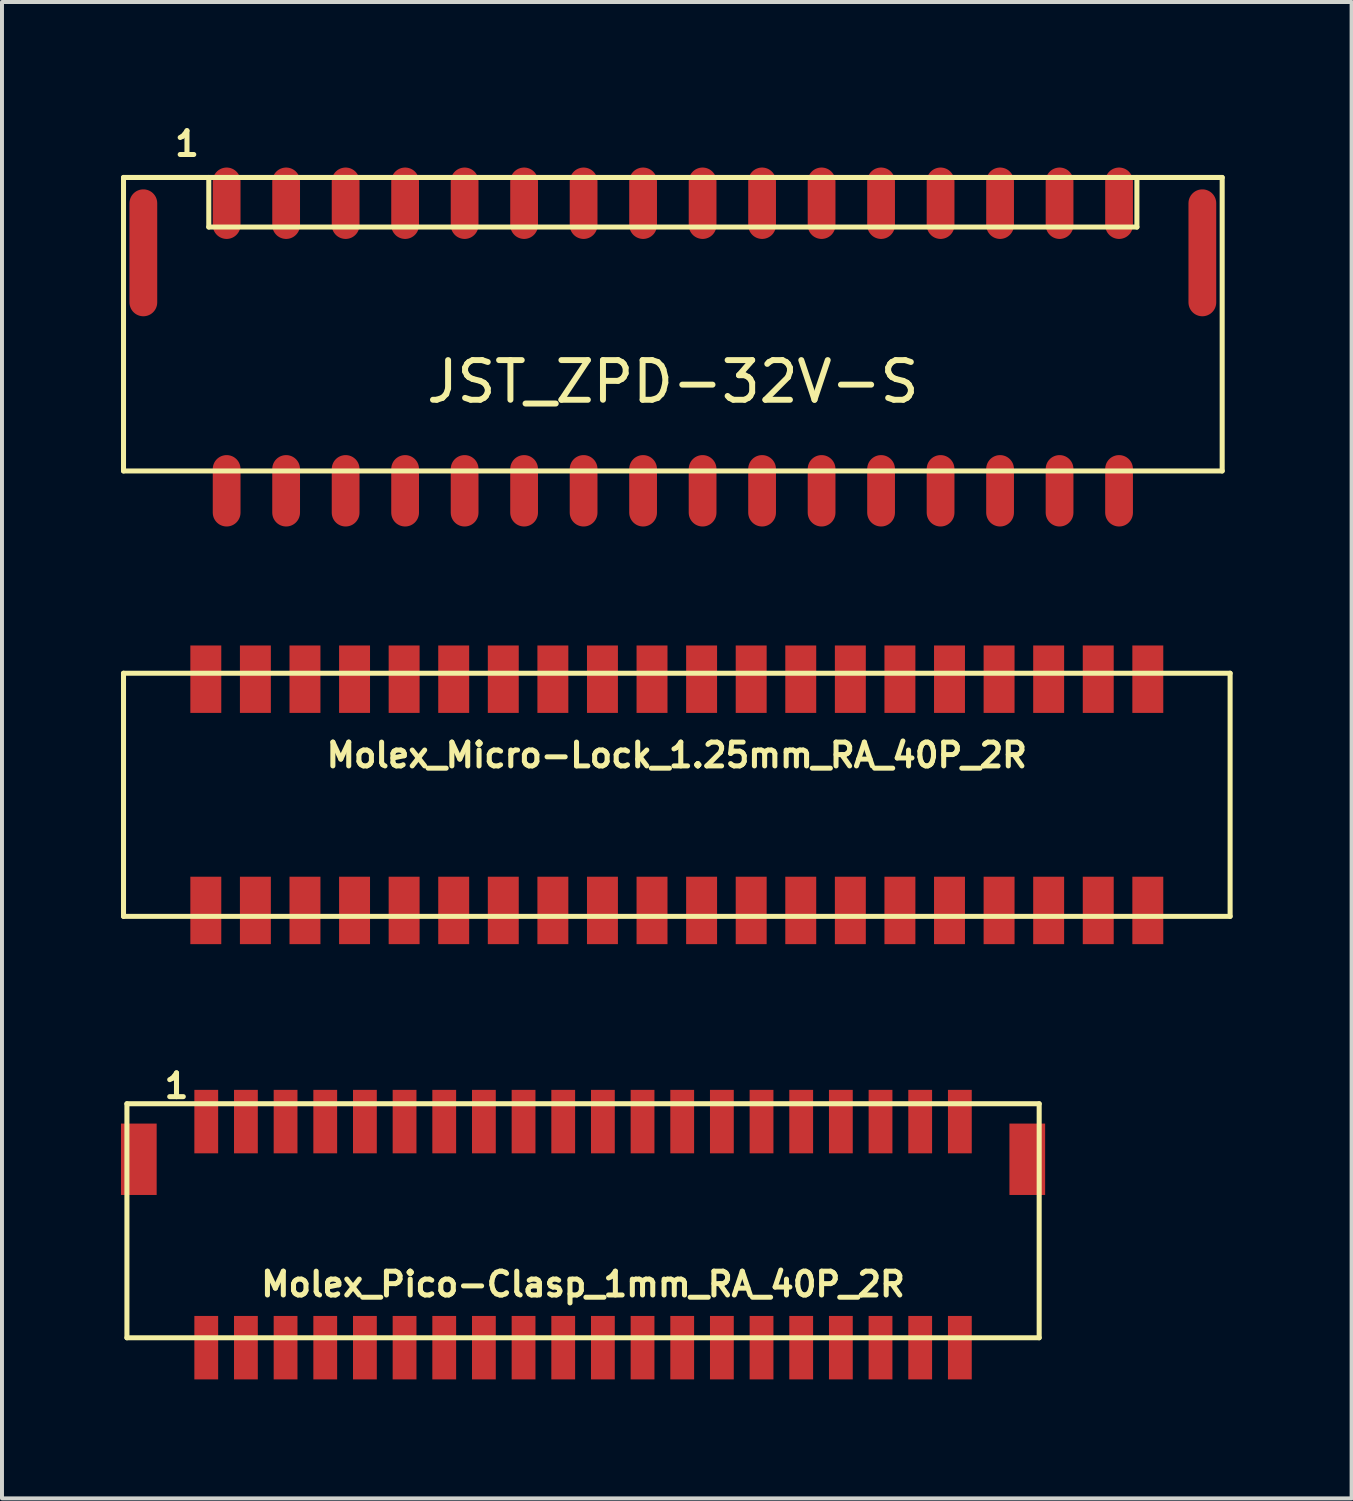
<source format=kicad_pcb>
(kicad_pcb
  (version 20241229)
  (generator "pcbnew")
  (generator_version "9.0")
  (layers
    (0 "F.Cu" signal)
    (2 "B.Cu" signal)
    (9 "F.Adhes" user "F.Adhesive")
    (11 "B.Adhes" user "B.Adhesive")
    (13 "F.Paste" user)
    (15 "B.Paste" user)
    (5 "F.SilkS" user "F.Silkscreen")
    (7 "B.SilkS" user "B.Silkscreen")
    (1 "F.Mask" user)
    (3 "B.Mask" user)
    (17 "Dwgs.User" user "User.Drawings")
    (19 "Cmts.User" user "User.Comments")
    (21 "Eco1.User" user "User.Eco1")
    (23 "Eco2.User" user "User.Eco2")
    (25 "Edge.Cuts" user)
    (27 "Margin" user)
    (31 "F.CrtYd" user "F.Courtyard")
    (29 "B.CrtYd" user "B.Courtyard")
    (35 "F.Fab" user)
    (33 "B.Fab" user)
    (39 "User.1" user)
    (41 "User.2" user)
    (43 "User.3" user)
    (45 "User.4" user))
  (footprint "JST_ZPD-32V-S"
    (layer "F.Cu")
    (at 13.914 5.324)
    (property "Reference" "JST_ZPD-32V-S" (at 0 1.25 0) (layer "F.SilkS") (effects (font (size 1 1) (thickness 0.15))))
    (attr smd)
    (fp_line (start -13.85 -3.9) (end -13.85 3.5) (stroke (width 0.127) (type solid)) (layer "F.SilkS"))
    (fp_line (start -13.85 -3.9) (end 13.85 -3.9) (stroke (width 0.127) (type solid)) (layer "F.SilkS"))
    (fp_line (start -13.85 3.5) (end 13.85 3.5) (stroke (width 0.127) (type solid)) (layer "F.SilkS"))
    (fp_line (start -11.7 -3.9) (end -11.7 -2.65) (stroke (width 0.127) (type solid)) (layer "F.SilkS"))
    (fp_line (start -11.7 -2.65) (end 11.7 -2.65) (stroke (width 0.127) (type solid)) (layer "F.SilkS"))
    (fp_line (start 11.7 -3.9) (end 11.7 -2.65) (stroke (width 0.127) (type solid)) (layer "F.SilkS"))
    (fp_line (start 13.85 -3.9) (end 13.85 3.5) (stroke (width 0.127) (type solid)) (layer "F.SilkS"))
    (fp_text user "1" (at -12.25 -4.75 0) (layer "F.SilkS") (effects (font (size 0.6 0.6) (thickness 0.127))))
    (pad "1" smd oval (at -11.25 -3.25) (size 0.7 1.8) (layers "F.Cu" "F.Mask" "F.Paste"))
    (pad "2" smd oval (at -11.25 4) (size 0.7 1.8) (layers "F.Cu" "F.Mask" "F.Paste"))
    (pad "3" smd oval (at -9.75 -3.25) (size 0.7 1.8) (layers "F.Cu" "F.Mask" "F.Paste"))
    (pad "4" smd oval (at -9.75 4) (size 0.7 1.8) (layers "F.Cu" "F.Mask" "F.Paste"))
    (pad "5" smd oval (at -8.25 -3.25) (size 0.7 1.8) (layers "F.Cu" "F.Mask" "F.Paste"))
    (pad "6" smd oval (at -8.25 4) (size 0.7 1.8) (layers "F.Cu" "F.Mask" "F.Paste"))
    (pad "7" smd oval (at -6.75 -3.25) (size 0.7 1.8) (layers "F.Cu" "F.Mask" "F.Paste"))
    (pad "8" smd oval (at -6.75 4) (size 0.7 1.8) (layers "F.Cu" "F.Mask" "F.Paste"))
    (pad "9" smd oval (at -5.25 -3.25) (size 0.7 1.8) (layers "F.Cu" "F.Mask" "F.Paste"))
    (pad "10" smd oval (at -5.25 4) (size 0.7 1.8) (layers "F.Cu" "F.Mask" "F.Paste"))
    (pad "11" smd oval (at -3.75 -3.25) (size 0.7 1.8) (layers "F.Cu" "F.Mask" "F.Paste"))
    (pad "12" smd oval (at -3.75 4) (size 0.7 1.8) (layers "F.Cu" "F.Mask" "F.Paste"))
    (pad "13" smd oval (at -2.25 -3.25) (size 0.7 1.8) (layers "F.Cu" "F.Mask" "F.Paste"))
    (pad "14" smd oval (at -2.25 4) (size 0.7 1.8) (layers "F.Cu" "F.Mask" "F.Paste"))
    (pad "15" smd oval (at -0.75 -3.25) (size 0.7 1.8) (layers "F.Cu" "F.Mask" "F.Paste"))
    (pad "16" smd oval (at -0.75 4) (size 0.7 1.8) (layers "F.Cu" "F.Mask" "F.Paste"))
    (pad "17" smd oval (at 0.75 -3.25) (size 0.7 1.8) (layers "F.Cu" "F.Mask" "F.Paste"))
    (pad "18" smd oval (at 0.75 4) (size 0.7 1.8) (layers "F.Cu" "F.Mask" "F.Paste"))
    (pad "19" smd oval (at 2.25 -3.25) (size 0.7 1.8) (layers "F.Cu" "F.Mask" "F.Paste"))
    (pad "20" smd oval (at 2.25 4) (size 0.7 1.8) (layers "F.Cu" "F.Mask" "F.Paste"))
    (pad "21" smd oval (at 3.75 -3.25) (size 0.7 1.8) (layers "F.Cu" "F.Mask" "F.Paste"))
    (pad "22" smd oval (at 3.75 4) (size 0.7 1.8) (layers "F.Cu" "F.Mask" "F.Paste"))
    (pad "23" smd oval (at 5.25 -3.25) (size 0.7 1.8) (layers "F.Cu" "F.Mask" "F.Paste"))
    (pad "24" smd oval (at 5.25 4) (size 0.7 1.8) (layers "F.Cu" "F.Mask" "F.Paste"))
    (pad "25" smd oval (at 6.75 -3.25) (size 0.7 1.8) (layers "F.Cu" "F.Mask" "F.Paste"))
    (pad "26" smd oval (at 6.75 4) (size 0.7 1.8) (layers "F.Cu" "F.Mask" "F.Paste"))
    (pad "27" smd oval (at 8.25 -3.25) (size 0.7 1.8) (layers "F.Cu" "F.Mask" "F.Paste"))
    (pad "28" smd oval (at 8.25 4) (size 0.7 1.8) (layers "F.Cu" "F.Mask" "F.Paste"))
    (pad "29" smd oval (at 9.75 -3.25) (size 0.7 1.8) (layers "F.Cu" "F.Mask" "F.Paste"))
    (pad "30" smd oval (at 9.75 4) (size 0.7 1.8) (layers "F.Cu" "F.Mask" "F.Paste"))
    (pad "31" smd oval (at 11.25 -3.25) (size 0.7 1.8) (layers "F.Cu" "F.Mask" "F.Paste"))
    (pad "32" smd oval (at 11.25 4) (size 0.7 1.8) (layers "F.Cu" "F.Mask" "F.Paste"))
    (pad "33" smd oval (at -13.35 -2) (size 0.7 3.2) (layers "F.Cu" "F.Mask" "F.Paste"))
    (pad "33" smd oval (at 13.35 -2) (size 0.7 3.2) (layers "F.Cu" "F.Mask" "F.Paste")))
  (footprint "Molex_Micro-Lock_1.25mm_RA_40P_2R"
    (layer "F.Cu")
    (at 14.014 16.989)
    (property "Reference" "Molex_Micro-Lock_1.25mm_RA_40P_2R" (at 0 -1 0) (layer "F.SilkS") (effects (font (size 0.6 0.6) (thickness 0.127))))
    (attr smd)
    (fp_line (start -13.95 -3.065) (end 13.95 -3.065) (stroke (width 0.127) (type solid)) (layer "F.SilkS"))
    (fp_line (start -13.95 3.065) (end -13.95 -3.065) (stroke (width 0.127) (type solid)) (layer "F.SilkS"))
    (fp_line (start -13.95 3.065) (end 13.95 3.065) (stroke (width 0.127) (type solid)) (layer "F.SilkS"))
    (fp_line (start 13.95 -3.065) (end 13.95 3.065) (stroke (width 0.127) (type solid)) (layer "F.SilkS"))
    (pad "1" smd rect (at -11.875 -2.915) (size 0.78 1.7) (layers "F.Cu" "F.Mask" "F.Paste"))
    (pad "2" smd rect (at -11.875 2.915) (size 0.78 1.7) (layers "F.Cu" "F.Mask" "F.Paste"))
    (pad "3" smd rect (at -10.625 -2.915) (size 0.78 1.7) (layers "F.Cu" "F.Mask" "F.Paste"))
    (pad "4" smd rect (at -10.625 2.915) (size 0.78 1.7) (layers "F.Cu" "F.Mask" "F.Paste"))
    (pad "5" smd rect (at -9.375 -2.915) (size 0.78 1.7) (layers "F.Cu" "F.Mask" "F.Paste"))
    (pad "6" smd rect (at -9.375 2.915) (size 0.78 1.7) (layers "F.Cu" "F.Mask" "F.Paste"))
    (pad "7" smd rect (at -8.125 -2.915) (size 0.78 1.7) (layers "F.Cu" "F.Mask" "F.Paste"))
    (pad "8" smd rect (at -8.125 2.915) (size 0.78 1.7) (layers "F.Cu" "F.Mask" "F.Paste"))
    (pad "9" smd rect (at -6.875 -2.915) (size 0.78 1.7) (layers "F.Cu" "F.Mask" "F.Paste"))
    (pad "10" smd rect (at -6.875 2.915) (size 0.78 1.7) (layers "F.Cu" "F.Mask" "F.Paste"))
    (pad "11" smd rect (at -5.625 -2.915) (size 0.78 1.7) (layers "F.Cu" "F.Mask" "F.Paste"))
    (pad "12" smd rect (at -5.625 2.915) (size 0.78 1.7) (layers "F.Cu" "F.Mask" "F.Paste"))
    (pad "13" smd rect (at -4.375 -2.915) (size 0.78 1.7) (layers "F.Cu" "F.Mask" "F.Paste"))
    (pad "14" smd rect (at -4.375 2.915) (size 0.78 1.7) (layers "F.Cu" "F.Mask" "F.Paste"))
    (pad "15" smd rect (at -3.125 -2.915) (size 0.78 1.7) (layers "F.Cu" "F.Mask" "F.Paste"))
    (pad "16" smd rect (at -3.125 2.915) (size 0.78 1.7) (layers "F.Cu" "F.Mask" "F.Paste"))
    (pad "17" smd rect (at -1.875 -2.915) (size 0.78 1.7) (layers "F.Cu" "F.Mask" "F.Paste"))
    (pad "18" smd rect (at -1.875 2.915) (size 0.78 1.7) (layers "F.Cu" "F.Mask" "F.Paste"))
    (pad "19" smd rect (at -0.625 -2.915) (size 0.78 1.7) (layers "F.Cu" "F.Mask" "F.Paste"))
    (pad "20" smd rect (at -0.625 2.915) (size 0.78 1.7) (layers "F.Cu" "F.Mask" "F.Paste"))
    (pad "21" smd rect (at 0.625 -2.915) (size 0.78 1.7) (layers "F.Cu" "F.Mask" "F.Paste"))
    (pad "22" smd rect (at 0.625 2.915) (size 0.78 1.7) (layers "F.Cu" "F.Mask" "F.Paste"))
    (pad "23" smd rect (at 1.875 -2.915) (size 0.78 1.7) (layers "F.Cu" "F.Mask" "F.Paste"))
    (pad "24" smd rect (at 1.875 2.915) (size 0.78 1.7) (layers "F.Cu" "F.Mask" "F.Paste"))
    (pad "25" smd rect (at 3.125 -2.915) (size 0.78 1.7) (layers "F.Cu" "F.Mask" "F.Paste"))
    (pad "26" smd rect (at 3.125 2.915) (size 0.78 1.7) (layers "F.Cu" "F.Mask" "F.Paste"))
    (pad "27" smd rect (at 4.375 -2.915) (size 0.78 1.7) (layers "F.Cu" "F.Mask" "F.Paste"))
    (pad "28" smd rect (at 4.375 2.915) (size 0.78 1.7) (layers "F.Cu" "F.Mask" "F.Paste"))
    (pad "29" smd rect (at 5.625 -2.915) (size 0.78 1.7) (layers "F.Cu" "F.Mask" "F.Paste"))
    (pad "30" smd rect (at 5.625 2.915) (size 0.78 1.7) (layers "F.Cu" "F.Mask" "F.Paste"))
    (pad "31" smd rect (at 6.875 -2.915) (size 0.78 1.7) (layers "F.Cu" "F.Mask" "F.Paste"))
    (pad "32" smd rect (at 6.875 2.915) (size 0.78 1.7) (layers "F.Cu" "F.Mask" "F.Paste"))
    (pad "33" smd rect (at 8.125 -2.915) (size 0.78 1.7) (layers "F.Cu" "F.Mask" "F.Paste"))
    (pad "34" smd rect (at 8.125 2.915) (size 0.78 1.7) (layers "F.Cu" "F.Mask" "F.Paste"))
    (pad "35" smd rect (at 9.375 -2.915) (size 0.78 1.7) (layers "F.Cu" "F.Mask" "F.Paste"))
    (pad "36" smd rect (at 9.375 2.915) (size 0.78 1.7) (layers "F.Cu" "F.Mask" "F.Paste"))
    (pad "37" smd rect (at 10.625 -2.915) (size 0.78 1.7) (layers "F.Cu" "F.Mask" "F.Paste"))
    (pad "38" smd rect (at 10.625 2.915) (size 0.78 1.7) (layers "F.Cu" "F.Mask" "F.Paste"))
    (pad "39" smd rect (at 11.875 -2.915) (size 0.78 1.7) (layers "F.Cu" "F.Mask" "F.Paste"))
    (pad "40" smd rect (at 11.875 2.915) (size 0.78 1.7) (layers "F.Cu" "F.Mask" "F.Paste")))
  (footprint "Molex_Pico-Clasp_1mm_RA_40P_2R"
    (layer "F.Cu")
    (at 11.65 28.078)
    (property "Reference" "Molex_Pico-Clasp_1mm_RA_40P_2R" (at 0 1.25 0) (layer "F.SilkS") (effects (font (size 0.6 0.6) (thickness 0.127))))
    (attr smd)
    (fp_line (start -11.5 -3.3) (end -11.5 2.6) (stroke (width 0.127) (type solid)) (layer "F.SilkS"))
    (fp_line (start -11.5 2.6) (end 11.5 2.6) (stroke (width 0.127) (type solid)) (layer "F.SilkS"))
    (fp_line (start 11.5 -3.3) (end -11.5 -3.3) (stroke (width 0.127) (type solid)) (layer "F.SilkS"))
    (fp_line (start 11.5 2.6) (end 11.5 -3.3) (stroke (width 0.127) (type solid)) (layer "F.SilkS"))
    (fp_text user "1" (at -10.25 -3.75 0) (layer "F.SilkS") (effects (font (size 0.6 0.6) (thickness 0.127))))
    (pad "1" smd rect (at -9.5 -2.85) (size 0.6 1.6) (layers "F.Cu" "F.Mask" "F.Paste"))
    (pad "2" smd rect (at -9.5 2.85) (size 0.6 1.6) (layers "F.Cu" "F.Mask" "F.Paste"))
    (pad "3" smd rect (at -8.5 -2.85) (size 0.6 1.6) (layers "F.Cu" "F.Mask" "F.Paste"))
    (pad "4" smd rect (at -8.5 2.85) (size 0.6 1.6) (layers "F.Cu" "F.Mask" "F.Paste"))
    (pad "5" smd rect (at -7.5 -2.85) (size 0.6 1.6) (layers "F.Cu" "F.Mask" "F.Paste"))
    (pad "6" smd rect (at -7.5 2.85) (size 0.6 1.6) (layers "F.Cu" "F.Mask" "F.Paste"))
    (pad "7" smd rect (at -6.5 -2.85) (size 0.6 1.6) (layers "F.Cu" "F.Mask" "F.Paste"))
    (pad "8" smd rect (at -6.5 2.85) (size 0.6 1.6) (layers "F.Cu" "F.Mask" "F.Paste"))
    (pad "9" smd rect (at -5.5 -2.85) (size 0.6 1.6) (layers "F.Cu" "F.Mask" "F.Paste"))
    (pad "10" smd rect (at -5.5 2.85) (size 0.6 1.6) (layers "F.Cu" "F.Mask" "F.Paste"))
    (pad "11" smd rect (at -4.5 -2.85) (size 0.6 1.6) (layers "F.Cu" "F.Mask" "F.Paste"))
    (pad "12" smd rect (at -4.5 2.85) (size 0.6 1.6) (layers "F.Cu" "F.Mask" "F.Paste"))
    (pad "13" smd rect (at -3.5 -2.85) (size 0.6 1.6) (layers "F.Cu" "F.Mask" "F.Paste"))
    (pad "14" smd rect (at -3.5 2.85) (size 0.6 1.6) (layers "F.Cu" "F.Mask" "F.Paste"))
    (pad "15" smd rect (at -2.5 -2.85) (size 0.6 1.6) (layers "F.Cu" "F.Mask" "F.Paste"))
    (pad "16" smd rect (at -2.5 2.85) (size 0.6 1.6) (layers "F.Cu" "F.Mask" "F.Paste"))
    (pad "17" smd rect (at -1.5 -2.85) (size 0.6 1.6) (layers "F.Cu" "F.Mask" "F.Paste"))
    (pad "18" smd rect (at -1.5 2.85) (size 0.6 1.6) (layers "F.Cu" "F.Mask" "F.Paste"))
    (pad "19" smd rect (at -0.5 -2.85) (size 0.6 1.6) (layers "F.Cu" "F.Mask" "F.Paste"))
    (pad "20" smd rect (at -0.5 2.85) (size 0.6 1.6) (layers "F.Cu" "F.Mask" "F.Paste"))
    (pad "21" smd rect (at 0.5 -2.85) (size 0.6 1.6) (layers "F.Cu" "F.Mask" "F.Paste"))
    (pad "22" smd rect (at 0.5 2.85) (size 0.6 1.6) (layers "F.Cu" "F.Mask" "F.Paste"))
    (pad "23" smd rect (at 1.5 -2.85) (size 0.6 1.6) (layers "F.Cu" "F.Mask" "F.Paste"))
    (pad "24" smd rect (at 1.5 2.85) (size 0.6 1.6) (layers "F.Cu" "F.Mask" "F.Paste"))
    (pad "25" smd rect (at 2.5 -2.85) (size 0.6 1.6) (layers "F.Cu" "F.Mask" "F.Paste"))
    (pad "26" smd rect (at 2.5 2.85) (size 0.6 1.6) (layers "F.Cu" "F.Mask" "F.Paste"))
    (pad "27" smd rect (at 3.5 -2.85) (size 0.6 1.6) (layers "F.Cu" "F.Mask" "F.Paste"))
    (pad "28" smd rect (at 3.5 2.85) (size 0.6 1.6) (layers "F.Cu" "F.Mask" "F.Paste"))
    (pad "29" smd rect (at 4.5 -2.85) (size 0.6 1.6) (layers "F.Cu" "F.Mask" "F.Paste"))
    (pad "30" smd rect (at 4.5 2.85) (size 0.6 1.6) (layers "F.Cu" "F.Mask" "F.Paste"))
    (pad "31" smd rect (at 5.5 -2.85) (size 0.6 1.6) (layers "F.Cu" "F.Mask" "F.Paste"))
    (pad "32" smd rect (at 5.5 2.85) (size 0.6 1.6) (layers "F.Cu" "F.Mask" "F.Paste"))
    (pad "33" smd rect (at 6.5 -2.85) (size 0.6 1.6) (layers "F.Cu" "F.Mask" "F.Paste"))
    (pad "34" smd rect (at 6.5 2.85) (size 0.6 1.6) (layers "F.Cu" "F.Mask" "F.Paste"))
    (pad "35" smd rect (at 7.5 -2.85) (size 0.6 1.6) (layers "F.Cu" "F.Mask" "F.Paste"))
    (pad "36" smd rect (at 7.5 2.85) (size 0.6 1.6) (layers "F.Cu" "F.Mask" "F.Paste"))
    (pad "37" smd rect (at 8.5 -2.85) (size 0.6 1.6) (layers "F.Cu" "F.Mask" "F.Paste"))
    (pad "38" smd rect (at 8.5 2.85) (size 0.6 1.6) (layers "F.Cu" "F.Mask" "F.Paste"))
    (pad "39" smd rect (at 9.5 -2.85) (size 0.6 1.6) (layers "F.Cu" "F.Mask" "F.Paste"))
    (pad "40" smd rect (at 9.5 2.85) (size 0.6 1.6) (layers "F.Cu" "F.Mask" "F.Paste"))
    (pad "41" smd rect (at -11.2 -1.9) (size 0.9 1.8) (layers "F.Cu" "F.Mask" "F.Paste"))
    (pad "41" smd rect (at 11.2 -1.9) (size 0.9 1.8) (layers "F.Cu" "F.Mask" "F.Paste")))
  (gr_rect
    (start -3 -3)
    (end 31.027 34.728)
    (stroke (width 0.1) (type default))
    (fill no)
    (layer "Edge.Cuts")))
</source>
